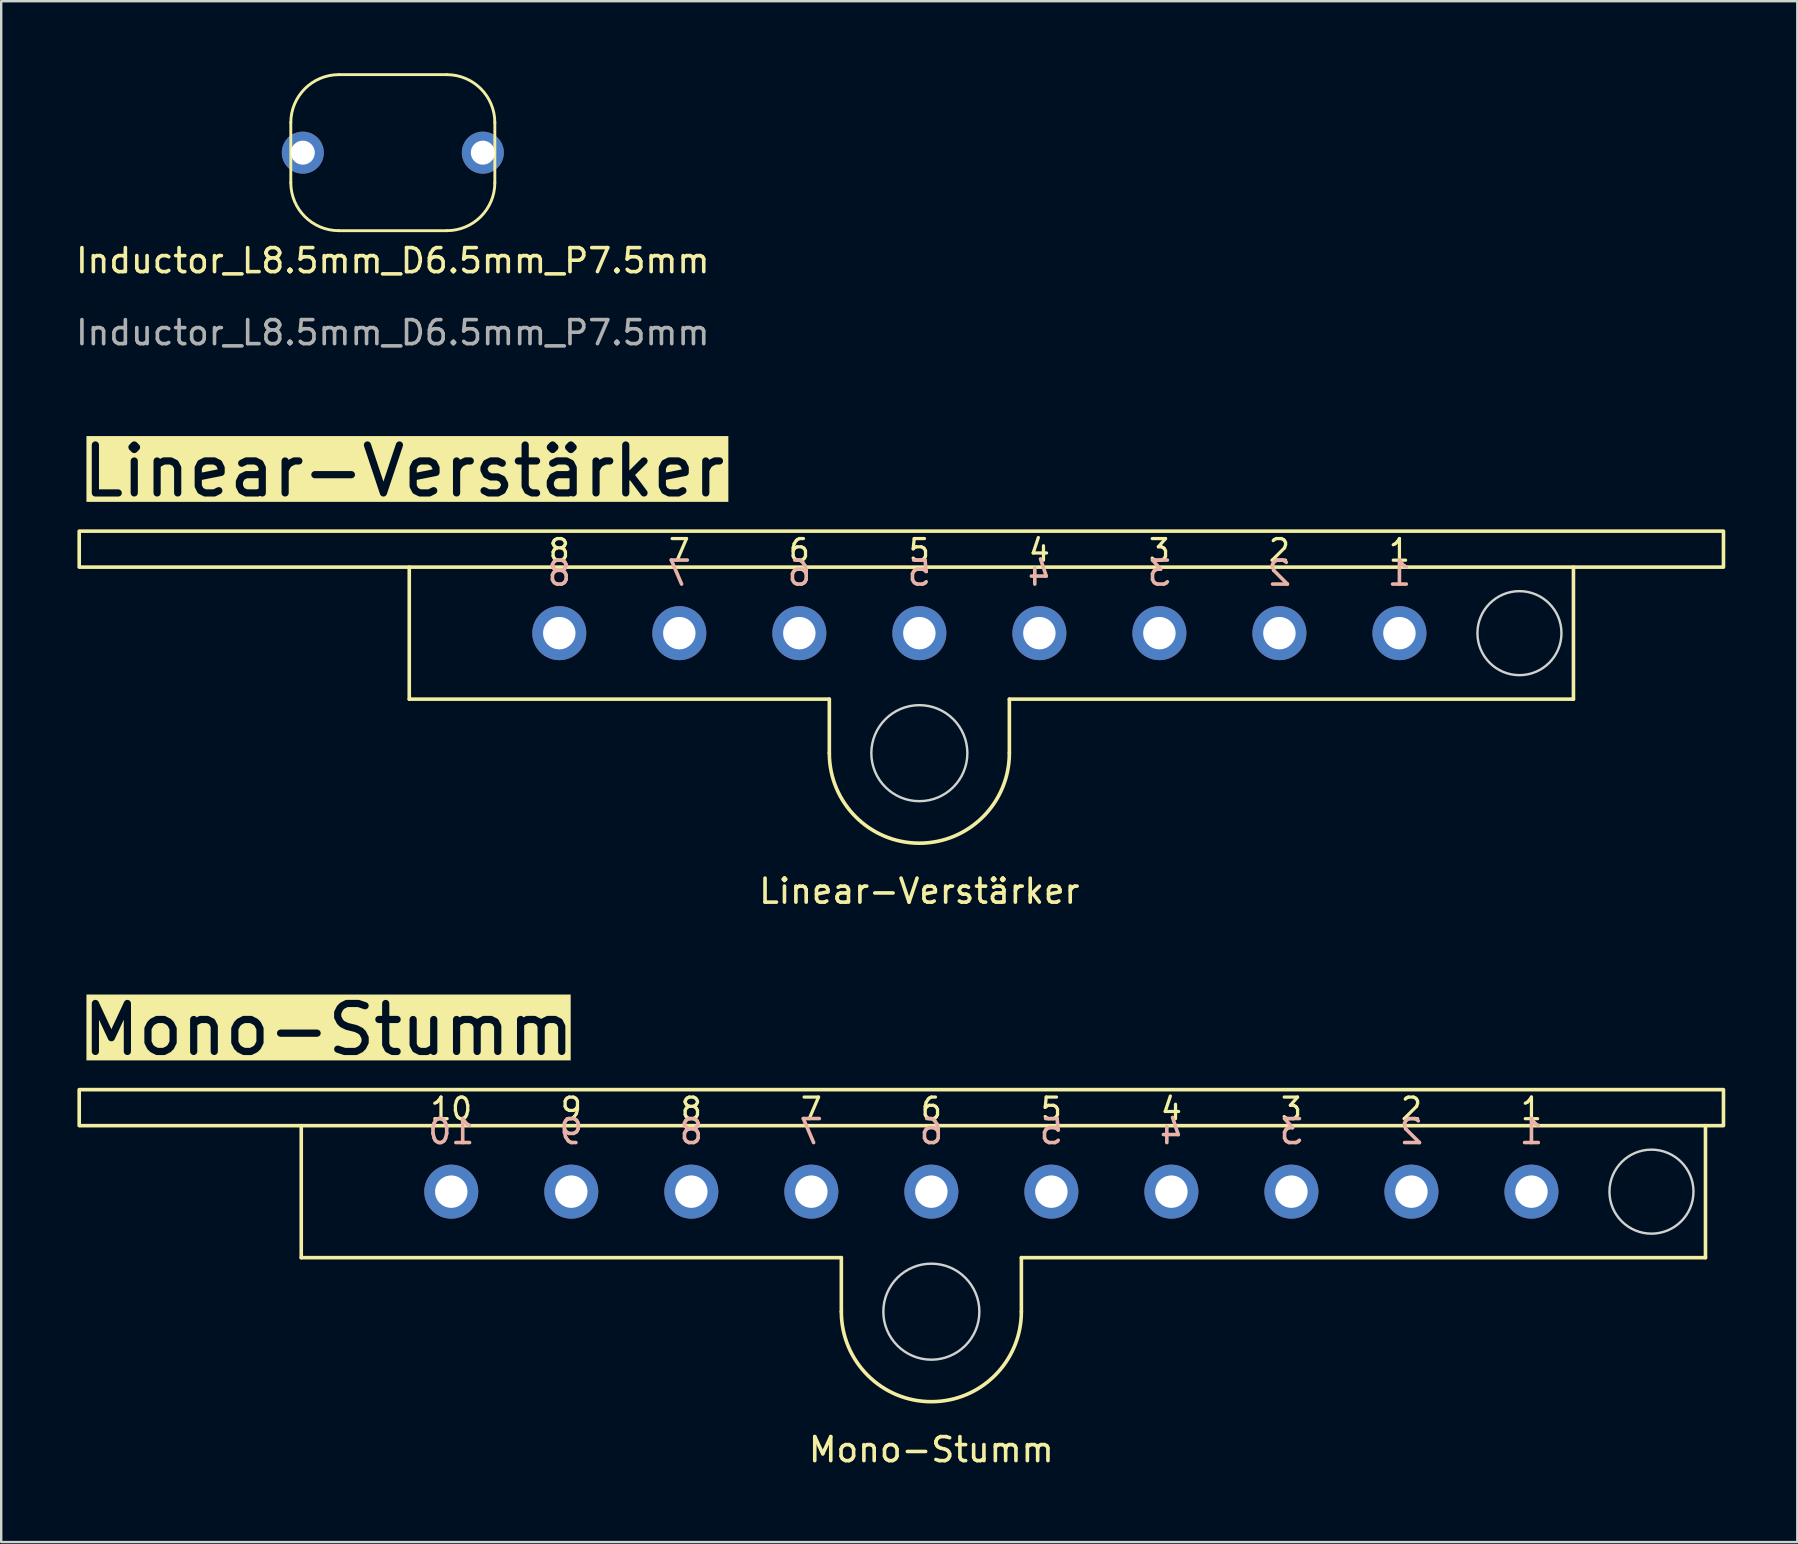
<source format=kicad_pcb>
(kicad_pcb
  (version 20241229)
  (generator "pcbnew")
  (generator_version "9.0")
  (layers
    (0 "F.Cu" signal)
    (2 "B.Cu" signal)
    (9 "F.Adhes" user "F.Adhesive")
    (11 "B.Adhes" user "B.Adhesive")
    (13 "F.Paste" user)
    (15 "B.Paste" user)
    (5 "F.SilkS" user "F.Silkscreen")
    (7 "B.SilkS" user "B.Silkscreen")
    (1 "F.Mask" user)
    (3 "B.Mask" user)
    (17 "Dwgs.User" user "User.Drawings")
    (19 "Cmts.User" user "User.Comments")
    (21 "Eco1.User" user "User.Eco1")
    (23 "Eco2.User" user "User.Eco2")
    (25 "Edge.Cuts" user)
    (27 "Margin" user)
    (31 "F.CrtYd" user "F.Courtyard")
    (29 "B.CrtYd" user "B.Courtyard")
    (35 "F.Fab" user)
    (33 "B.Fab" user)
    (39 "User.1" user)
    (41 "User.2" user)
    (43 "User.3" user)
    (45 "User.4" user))
  (footprint "Mono-Stumm"
    (layer "F.Cu")
    (at 0.25 42.344)
    (property "Reference" "Mono-Stumm" (at 35.5 15 0) (unlocked yes) (layer "F.SilkS") (effects (font (size 1 1) (thickness 0.15))))
    (attr through_hole)
    (fp_line (start 9.25 7) (end 9.25 1.5) (stroke (width 0.15) (type default)) (layer "F.SilkS"))
    (fp_line (start 31.75 7) (end 9.25 7) (stroke (width 0.15) (type default)) (layer "F.SilkS"))
    (fp_line (start 31.75 7) (end 31.75 9.25) (stroke (width 0.15) (type default)) (layer "F.SilkS"))
    (fp_line (start 39.25 7) (end 39.25 9.25) (stroke (width 0.15) (type default)) (layer "F.SilkS"))
    (fp_line (start 67.75 1.5) (end 67.75 7) (stroke (width 0.15) (type default)) (layer "F.SilkS"))
    (fp_line (start 67.75 7) (end 39.25 7) (stroke (width 0.15) (type default)) (layer "F.SilkS"))
    (fp_rect (start 68.5 0) (end 0 1.5) (stroke (width 0.15) (type default)) (fill no) (layer "F.SilkS"))
    (fp_arc (start 39.25 9.25) (mid 35.5 13) (end 31.75 9.25) (stroke (width 0.15) (type default)) (layer "F.SilkS"))
    (fp_circle (center 35.5 9.25) (end 37.5 9.25) (stroke (width 0.1) (type default)) (fill no) (layer "Edge.Cuts"))
    (fp_circle (center 65.5 4.25) (end 67.25 4.25) (stroke (width 0.1) (type default)) (fill no) (layer "Edge.Cuts"))
    (fp_text user "2" (at 55.5 0.8 0) (unlocked yes) (layer "F.SilkS") (effects (font (size 0.9 0.9) (thickness 0.135))))
    (fp_text user "6" (at 35.5 0.8 0) (unlocked yes) (layer "F.SilkS") (effects (font (size 0.9 0.9) (thickness 0.135))))
    (fp_text user "Mono-Stumm" (at 0 -2.5 0) (unlocked yes) (layer "F.SilkS" knockout) (effects (font (size 2 2) (thickness 0.3)) (justify left)))
    (fp_text user "8" (at 25.5 0.8 0) (unlocked yes) (layer "F.SilkS") (effects (font (size 0.9 0.9) (thickness 0.135))))
    (fp_text user "7" (at 30.5 0.8 0) (unlocked yes) (layer "F.SilkS") (effects (font (size 0.9 0.9) (thickness 0.135))))
    (fp_text user "10" (at 15.5 0.8 0) (unlocked yes) (layer "F.SilkS") (effects (font (size 0.9 0.9) (thickness 0.135))))
    (fp_text user "3" (at 50.5 0.8 0) (unlocked yes) (layer "F.SilkS") (effects (font (size 0.9 0.9) (thickness 0.135))))
    (fp_text user "4" (at 45.5 0.8 0) (unlocked yes) (layer "F.SilkS") (effects (font (size 0.9 0.9) (thickness 0.135))))
    (fp_text user "1" (at 60.5 0.8 0) (unlocked yes) (layer "F.SilkS") (effects (font (size 0.9 0.9) (thickness 0.135))))
    (fp_text user "5" (at 40.5 0.8 0) (unlocked yes) (layer "F.SilkS") (effects (font (size 0.9 0.9) (thickness 0.135))))
    (fp_text user "9" (at 20.5 0.8 0) (unlocked yes) (layer "F.SilkS") (effects (font (size 0.9 0.9) (thickness 0.135))))
    (fp_text user "8" (at 25.5 1.75 0) (unlocked yes) (layer "B.SilkS") (effects (font (size 1 1) (thickness 0.15)) (justify mirror)))
    (fp_text user "5" (at 40.5 1.75 0) (unlocked yes) (layer "B.SilkS") (effects (font (size 1 1) (thickness 0.15)) (justify mirror)))
    (fp_text user "1" (at 60.5 1.75 0) (unlocked yes) (layer "B.SilkS") (effects (font (size 1 1) (thickness 0.15)) (justify mirror)))
    (fp_text user "6" (at 35.5 1.75 0) (unlocked yes) (layer "B.SilkS") (effects (font (size 1 1) (thickness 0.15)) (justify mirror)))
    (fp_text user "9" (at 20.5 1.75 0) (unlocked yes) (layer "B.SilkS") (effects (font (size 1 1) (thickness 0.15)) (justify mirror)))
    (fp_text user "4" (at 45.5 1.75 0) (unlocked yes) (layer "B.SilkS") (effects (font (size 1 1) (thickness 0.15)) (justify mirror)))
    (fp_text user "10" (at 15.5 1.75 0) (unlocked yes) (layer "B.SilkS") (effects (font (size 1 1) (thickness 0.15)) (justify mirror)))
    (fp_text user "3" (at 50.5 1.75 0) (unlocked yes) (layer "B.SilkS") (effects (font (size 1 1) (thickness 0.15)) (justify mirror)))
    (fp_text user "7" (at 30.5 1.75 0) (unlocked yes) (layer "B.SilkS") (effects (font (size 1 1) (thickness 0.15)) (justify mirror)))
    (fp_text user "2" (at 55.5 1.75 0) (unlocked yes) (layer "B.SilkS") (effects (font (size 1 1) (thickness 0.15)) (justify mirror)))
    (pad "1" thru_hole circle (at 60.5 4.25) (size 2.25 2.25) (drill 1.35) (layers "*.Cu" "B.Mask") (remove_unused_layers yes) (keep_end_layers yes) (zone_layer_connections))
    (pad "2" thru_hole circle (at 55.5 4.25) (size 2.25 2.25) (drill 1.35) (layers "*.Cu" "B.Mask") (remove_unused_layers yes) (keep_end_layers yes) (zone_layer_connections))
    (pad "3" thru_hole circle (at 50.5 4.25) (size 2.25 2.25) (drill 1.35) (layers "*.Cu" "B.Mask") (remove_unused_layers yes) (keep_end_layers yes) (zone_layer_connections))
    (pad "4" thru_hole circle (at 45.5 4.25) (size 2.25 2.25) (drill 1.35) (layers "*.Cu" "B.Mask") (remove_unused_layers yes) (keep_end_layers yes) (zone_layer_connections))
    (pad "5" thru_hole circle (at 40.5 4.25) (size 2.25 2.25) (drill 1.35) (layers "*.Cu" "B.Mask") (remove_unused_layers yes) (keep_end_layers yes) (zone_layer_connections))
    (pad "6" thru_hole circle (at 35.5 4.25) (size 2.25 2.25) (drill 1.35) (layers "*.Cu" "B.Mask") (remove_unused_layers yes) (keep_end_layers yes) (zone_layer_connections))
    (pad "7" thru_hole circle (at 30.5 4.25) (size 2.25 2.25) (drill 1.35) (layers "*.Cu" "B.Mask") (remove_unused_layers yes) (keep_end_layers yes) (zone_layer_connections))
    (pad "8" thru_hole circle (at 25.5 4.25) (size 2.25 2.25) (drill 1.35) (layers "*.Cu" "B.Mask") (remove_unused_layers yes) (keep_end_layers yes) (zone_layer_connections))
    (pad "9" thru_hole circle (at 20.5 4.25) (size 2.25 2.25) (drill 1.35) (layers "*.Cu" "B.Mask") (remove_unused_layers yes) (keep_end_layers yes) (zone_layer_connections))
    (pad "10" thru_hole circle (at 15.5 4.25) (size 2.25 2.25) (drill 1.35) (layers "*.Cu" "B.Mask") (remove_unused_layers yes) (keep_end_layers yes) (zone_layer_connections)))
  (footprint "Inductor_L8.5mm_D6.5mm_P7.5mm"
    (layer "F.Cu")
    (at 13.315 8.31)
    (property "Reference" "Inductor_L8.5mm_D6.5mm_P7.5mm" (at 0 -0.5 0) (unlocked yes) (layer "F.SilkS") (effects (font (size 1 1) (thickness 0.15))))
    (attr through_hole)
    (fp_line (start -4.25 -3.75) (end -4.25 -6.25) (stroke (width 0.12) (type default)) (layer "F.SilkS"))
    (fp_line (start 2.25 -8.25) (end -2.25 -8.25) (stroke (width 0.12) (type default)) (layer "F.SilkS"))
    (fp_line (start 2.25 -1.75) (end -2.25 -1.75) (stroke (width 0.12) (type default)) (layer "F.SilkS"))
    (fp_line (start 4.25 -6.25) (end 4.25 -3.75) (stroke (width 0.12) (type default)) (layer "F.SilkS"))
    (fp_arc (start -4.25 -6.25) (mid -3.664214 -7.664214) (end -2.25 -8.25) (stroke (width 0.12) (type default)) (layer "F.SilkS"))
    (fp_arc (start -2.25 -1.75) (mid -3.664214 -2.335786) (end -4.25 -3.75) (stroke (width 0.12) (type default)) (layer "F.SilkS"))
    (fp_arc (start 2.25 -8.25) (mid 3.664214 -7.664214) (end 4.25 -6.25) (stroke (width 0.12) (type default)) (layer "F.SilkS"))
    (fp_arc (start 4.25 -3.75) (mid 3.664214 -2.335786) (end 2.25 -1.75) (stroke (width 0.12) (type default)) (layer "F.SilkS"))
    (fp_text user "${REFERENCE}" (at 0 2.5 0) (unlocked yes) (layer "F.Fab") (effects (font (size 1 1) (thickness 0.15))))
    (pad "1" thru_hole circle (at -3.75 -5) (size 1.75 1.75) (drill 1) (layers "*.Cu" "*.Mask"))
    (pad "2" thru_hole circle (at 3.75 -5) (size 1.75 1.75) (drill 1) (layers "*.Cu" "*.Mask")))
  (footprint "Linear-Verstärker"
    (layer "F.Cu")
    (at 0.25 19.077)
    (property "Reference" "Linear-Verstärker" (at 35 15 0) (unlocked yes) (layer "F.SilkS") (effects (font (size 1 1) (thickness 0.15))))
    (attr through_hole)
    (fp_line (start 13.75 7) (end 13.75 1.5) (stroke (width 0.15) (type default)) (layer "F.SilkS"))
    (fp_line (start 31.25 7) (end 13.75 7) (stroke (width 0.15) (type default)) (layer "F.SilkS"))
    (fp_line (start 31.25 7) (end 31.25 9.25) (stroke (width 0.15) (type default)) (layer "F.SilkS"))
    (fp_line (start 38.75 7) (end 38.75 9.25) (stroke (width 0.15) (type default)) (layer "F.SilkS"))
    (fp_line (start 62.25 1.5) (end 62.25 7) (stroke (width 0.15) (type default)) (layer "F.SilkS"))
    (fp_line (start 62.25 7) (end 38.75 7) (stroke (width 0.15) (type default)) (layer "F.SilkS"))
    (fp_rect (start 68.5 0) (end 0 1.5) (stroke (width 0.15) (type default)) (fill no) (layer "F.SilkS"))
    (fp_arc (start 38.75 9.25) (mid 35 13) (end 31.25 9.25) (stroke (width 0.15) (type default)) (layer "F.SilkS"))
    (fp_circle (center 35 9.25) (end 37 9.25) (stroke (width 0.1) (type default)) (fill no) (layer "Edge.Cuts"))
    (fp_circle (center 60 4.25) (end 61.75 4.25) (stroke (width 0.1) (type default)) (fill no) (layer "Edge.Cuts"))
    (fp_text user "7" (at 25 0.8 0) (unlocked yes) (layer "F.SilkS") (effects (font (size 0.9 0.9) (thickness 0.135))))
    (fp_text user "6" (at 30 0.8 0) (unlocked yes) (layer "F.SilkS") (effects (font (size 0.9 0.9) (thickness 0.135))))
    (fp_text user "8" (at 20 0.8 0) (unlocked yes) (layer "F.SilkS") (effects (font (size 0.9 0.9) (thickness 0.135))))
    (fp_text user "3" (at 45 0.8 0) (unlocked yes) (layer "F.SilkS") (effects (font (size 0.9 0.9) (thickness 0.135))))
    (fp_text user "2" (at 50 0.8 0) (unlocked yes) (layer "F.SilkS") (effects (font (size 0.9 0.9) (thickness 0.135))))
    (fp_text user "4" (at 40 0.8 0) (unlocked yes) (layer "F.SilkS") (effects (font (size 0.9 0.9) (thickness 0.135))))
    (fp_text user "5" (at 35 0.8 0) (unlocked yes) (layer "F.SilkS") (effects (font (size 0.9 0.9) (thickness 0.135))))
    (fp_text user "Linear-Verstärker" (at 0 -2.5 0) (unlocked yes) (layer "F.SilkS" knockout) (effects (font (size 2 2) (thickness 0.3)) (justify left)))
    (fp_text user "1" (at 55 0.8 0) (unlocked yes) (layer "F.SilkS") (effects (font (size 0.9 0.9) (thickness 0.135))))
    (fp_text user "8" (at 20 1.75 0) (unlocked yes) (layer "B.SilkS") (effects (font (size 1 1) (thickness 0.15)) (justify mirror)))
    (fp_text user "2" (at 50 1.75 0) (unlocked yes) (layer "B.SilkS") (effects (font (size 1 1) (thickness 0.15)) (justify mirror)))
    (fp_text user "6" (at 30 1.75 0) (unlocked yes) (layer "B.SilkS") (effects (font (size 1 1) (thickness 0.15)) (justify mirror)))
    (fp_text user "3" (at 45 1.75 0) (unlocked yes) (layer "B.SilkS") (effects (font (size 1 1) (thickness 0.15)) (justify mirror)))
    (fp_text user "7" (at 25 1.75 0) (unlocked yes) (layer "B.SilkS") (effects (font (size 1 1) (thickness 0.15)) (justify mirror)))
    (fp_text user "4" (at 40 1.75 0) (unlocked yes) (layer "B.SilkS") (effects (font (size 1 1) (thickness 0.15)) (justify mirror)))
    (fp_text user "5" (at 35 1.75 0) (unlocked yes) (layer "B.SilkS") (effects (font (size 1 1) (thickness 0.15)) (justify mirror)))
    (fp_text user "1" (at 55 1.75 0) (unlocked yes) (layer "B.SilkS") (effects (font (size 1 1) (thickness 0.15)) (justify mirror)))
    (pad "1" thru_hole circle (at 55 4.25) (size 2.25 2.25) (drill 1.35) (layers "*.Cu" "B.Mask") (remove_unused_layers yes) (keep_end_layers yes) (zone_layer_connections))
    (pad "2" thru_hole circle (at 50 4.25) (size 2.25 2.25) (drill 1.35) (layers "*.Cu" "B.Mask") (remove_unused_layers yes) (keep_end_layers yes) (zone_layer_connections))
    (pad "3" thru_hole circle (at 45 4.25) (size 2.25 2.25) (drill 1.35) (layers "*.Cu" "B.Mask") (remove_unused_layers yes) (keep_end_layers yes) (zone_layer_connections))
    (pad "4" thru_hole circle (at 40 4.25) (size 2.25 2.25) (drill 1.35) (layers "*.Cu" "B.Mask") (remove_unused_layers yes) (keep_end_layers yes) (zone_layer_connections))
    (pad "5" thru_hole circle (at 35 4.25) (size 2.25 2.25) (drill 1.35) (layers "*.Cu" "B.Mask") (remove_unused_layers yes) (keep_end_layers yes) (zone_layer_connections))
    (pad "6" thru_hole circle (at 30 4.25) (size 2.25 2.25) (drill 1.35) (layers "*.Cu" "B.Mask") (remove_unused_layers yes) (keep_end_layers yes) (zone_layer_connections))
    (pad "7" thru_hole circle (at 25 4.25) (size 2.25 2.25) (drill 1.35) (layers "*.Cu" "B.Mask") (remove_unused_layers yes) (keep_end_layers yes) (zone_layer_connections))
    (pad "8" thru_hole circle (at 20 4.25) (size 2.25 2.25) (drill 1.35) (layers "*.Cu" "B.Mask") (remove_unused_layers yes) (keep_end_layers yes) (zone_layer_connections)))
  (gr_rect
    (start -3 -3)
    (end 71.825 61.192)
    (stroke (width 0.1) (type default))
    (fill no)
    (layer "Edge.Cuts")))
</source>
